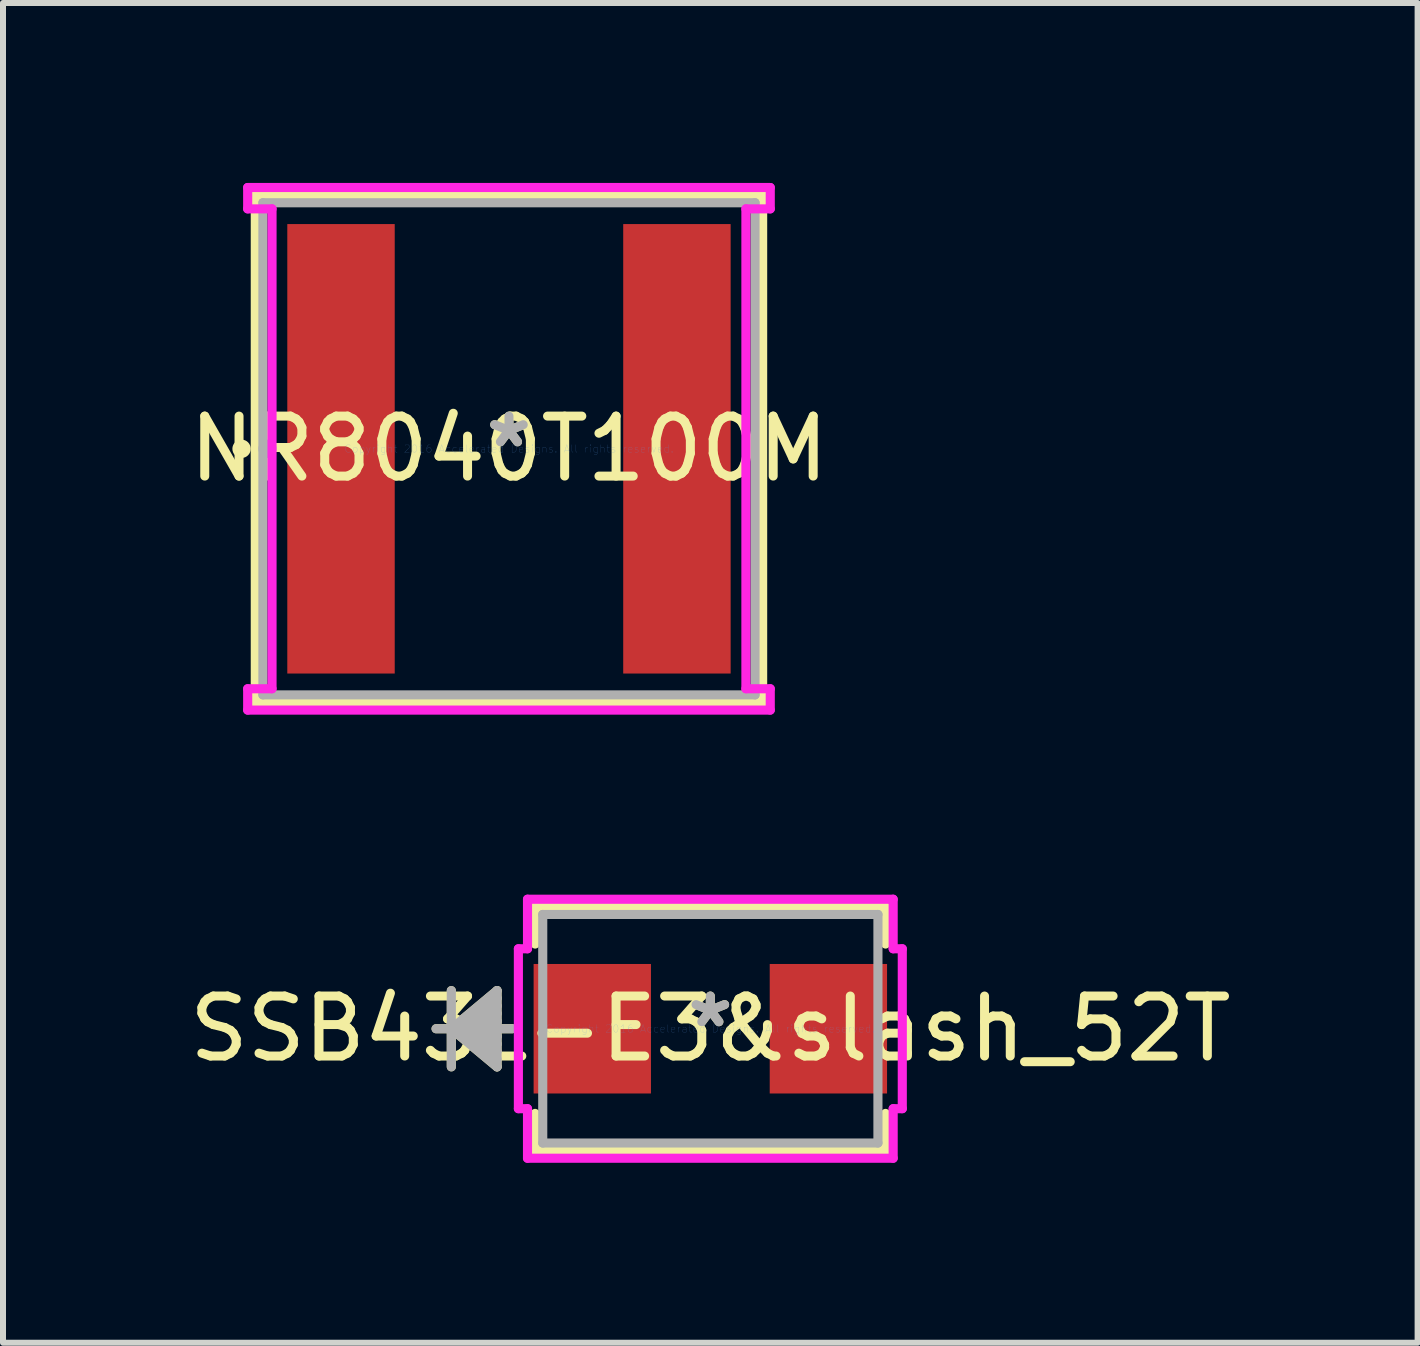
<source format=kicad_pcb>
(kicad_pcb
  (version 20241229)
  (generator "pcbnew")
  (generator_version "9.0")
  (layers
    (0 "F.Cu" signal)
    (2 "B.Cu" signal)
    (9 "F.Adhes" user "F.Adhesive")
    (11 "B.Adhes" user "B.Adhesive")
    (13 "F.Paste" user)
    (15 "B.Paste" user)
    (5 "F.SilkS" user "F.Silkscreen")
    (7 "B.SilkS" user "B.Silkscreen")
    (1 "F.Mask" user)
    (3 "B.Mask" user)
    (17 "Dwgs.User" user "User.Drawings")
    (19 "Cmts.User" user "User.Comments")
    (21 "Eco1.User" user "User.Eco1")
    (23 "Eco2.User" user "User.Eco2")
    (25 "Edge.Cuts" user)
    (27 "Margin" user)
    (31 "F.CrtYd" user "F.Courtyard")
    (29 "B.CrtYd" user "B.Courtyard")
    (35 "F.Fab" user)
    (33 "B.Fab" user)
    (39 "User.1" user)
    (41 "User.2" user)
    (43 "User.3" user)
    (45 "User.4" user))
  (footprint "NR8040T100M"
    (layer "F.Cu")
    (at 5.435 4.432)
    (property "Reference" "NR8040T100M" (at 0 0 0) (layer "F.SilkS") (effects (font (size 1 1) (thickness 0.15))))
    (attr through_hole)
    (fp_line (start -4.229 -4.229) (end -4.229 4.229) (stroke (width 0.152) (type solid)) (layer "F.SilkS"))
    (fp_line (start -4.229 4.229) (end 4.229 4.229) (stroke (width 0.152) (type solid)) (layer "F.SilkS"))
    (fp_line (start 4.229 -4.229) (end -4.229 -4.229) (stroke (width 0.152) (type solid)) (layer "F.SilkS"))
    (fp_line (start 4.229 4.229) (end 4.229 -4.229) (stroke (width 0.152) (type solid)) (layer "F.SilkS"))
    (fp_circle (center -4.458 0) (end -4.381 0) (stroke (width 0.152) (type solid)) (fill no) (layer "F.SilkS"))
    (fp_line (start -4.356 -4.356) (end 4.356 -4.356) (stroke (width 0.152) (type solid)) (layer "F.CrtYd"))
    (fp_line (start -4.356 -4) (end -4.356 -4.356) (stroke (width 0.152) (type solid)) (layer "F.CrtYd"))
    (fp_line (start -4.356 4) (end -3.95 4) (stroke (width 0.152) (type solid)) (layer "F.CrtYd"))
    (fp_line (start -4.356 4.356) (end -4.356 4) (stroke (width 0.152) (type solid)) (layer "F.CrtYd"))
    (fp_line (start -3.95 -4) (end -4.356 -4) (stroke (width 0.152) (type solid)) (layer "F.CrtYd"))
    (fp_line (start -3.95 4) (end -3.95 -4) (stroke (width 0.152) (type solid)) (layer "F.CrtYd"))
    (fp_line (start 3.95 -4) (end 3.95 4) (stroke (width 0.152) (type solid)) (layer "F.CrtYd"))
    (fp_line (start 3.95 4) (end 4.356 4) (stroke (width 0.152) (type solid)) (layer "F.CrtYd"))
    (fp_line (start 4.356 -4.356) (end 4.356 -4) (stroke (width 0.152) (type solid)) (layer "F.CrtYd"))
    (fp_line (start 4.356 -4) (end 3.95 -4) (stroke (width 0.152) (type solid)) (layer "F.CrtYd"))
    (fp_line (start 4.356 4) (end 4.356 4.356) (stroke (width 0.152) (type solid)) (layer "F.CrtYd"))
    (fp_line (start 4.356 4.356) (end -4.356 4.356) (stroke (width 0.152) (type solid)) (layer "F.CrtYd"))
    (fp_line (start -4.102 -4.102) (end -4.102 4.102) (stroke (width 0.152) (type solid)) (layer "F.Fab"))
    (fp_line (start -4.102 4.102) (end 4.102 4.102) (stroke (width 0.152) (type solid)) (layer "F.Fab"))
    (fp_line (start 4.102 -4.102) (end -4.102 -4.102) (stroke (width 0.152) (type solid)) (layer "F.Fab"))
    (fp_line (start 4.102 4.102) (end 4.102 -4.102) (stroke (width 0.152) (type solid)) (layer "F.Fab"))
    (fp_circle (center -4.026 0) (end -3.95 0) (stroke (width 0.152) (type solid)) (fill no) (layer "F.Fab"))
    (fp_text user "*" (at 0 0 0) (layer "F.SilkS") (effects (font (size 1 1) (thickness 0.15))))
    (fp_text user "Copyright 2016 Accelerated Designs. All rights reserved." (at 0 0 0) (layer "Cmts.User") (effects (font (size 0.127 0.127) (thickness 0.002))))
    (fp_text user "*" (at 0 0 0) (layer "F.Fab") (effects (font (size 1 1) (thickness 0.15))))
    (pad "1" smd rect (at -2.8 0) (size 1.791 7.493) (layers "F.Cu" "F.Mask" "F.Paste"))
    (pad "2" smd rect (at 2.8 0) (size 1.791 7.493) (layers "F.Cu" "F.Mask" "F.Paste")))
  (footprint "SSB43L-E3&slash_52T"
    (layer "F.Cu")
    (at 8.792 14.1)
    (property "Reference" "SSB43L-E3&slash_52T" (at 0 0 0) (layer "F.SilkS") (effects (font (size 1 1) (thickness 0.15))))
    (attr through_hole)
    (fp_line (start -4.318 -0.635) (end -4.318 0.635) (stroke (width 0.152) (type solid)) (layer "F.SilkS"))
    (fp_line (start -4.318 0) (end -3.556 -0.635) (stroke (width 0.152) (type solid)) (layer "F.SilkS"))
    (fp_line (start -4.318 0) (end -3.556 -0.508) (stroke (width 0.152) (type solid)) (layer "F.SilkS"))
    (fp_line (start -4.318 0) (end -3.556 -0.381) (stroke (width 0.152) (type solid)) (layer "F.SilkS"))
    (fp_line (start -4.318 0) (end -3.556 -0.254) (stroke (width 0.152) (type solid)) (layer "F.SilkS"))
    (fp_line (start -4.318 0) (end -3.556 -0.127) (stroke (width 0.152) (type solid)) (layer "F.SilkS"))
    (fp_line (start -4.318 0) (end -3.556 0.127) (stroke (width 0.152) (type solid)) (layer "F.SilkS"))
    (fp_line (start -4.318 0) (end -3.556 0.254) (stroke (width 0.152) (type solid)) (layer "F.SilkS"))
    (fp_line (start -4.318 0) (end -3.556 0.381) (stroke (width 0.152) (type solid)) (layer "F.SilkS"))
    (fp_line (start -4.318 0) (end -3.556 0.508) (stroke (width 0.152) (type solid)) (layer "F.SilkS"))
    (fp_line (start -4.318 0) (end -3.556 0.635) (stroke (width 0.152) (type solid)) (layer "F.SilkS"))
    (fp_line (start -3.556 -0.635) (end -3.556 0.635) (stroke (width 0.152) (type solid)) (layer "F.SilkS"))
    (fp_line (start -3.302 0) (end -4.572 0) (stroke (width 0.152) (type solid)) (layer "F.SilkS"))
    (fp_line (start -2.921 -2.032) (end -2.921 -1.412) (stroke (width 0.152) (type solid)) (layer "F.SilkS"))
    (fp_line (start -2.921 1.412) (end -2.921 2.032) (stroke (width 0.152) (type solid)) (layer "F.SilkS"))
    (fp_line (start -2.921 2.032) (end 2.921 2.032) (stroke (width 0.152) (type solid)) (layer "F.SilkS"))
    (fp_line (start 2.921 -2.032) (end -2.921 -2.032) (stroke (width 0.152) (type solid)) (layer "F.SilkS"))
    (fp_line (start 2.921 -1.412) (end 2.921 -2.032) (stroke (width 0.152) (type solid)) (layer "F.SilkS"))
    (fp_line (start 2.921 2.032) (end 2.921 1.412) (stroke (width 0.152) (type solid)) (layer "F.SilkS"))
    (fp_line (start -3.2 -1.333) (end -3.048 -1.333) (stroke (width 0.152) (type solid)) (layer "F.CrtYd"))
    (fp_line (start -3.2 1.333) (end -3.2 -1.333) (stroke (width 0.152) (type solid)) (layer "F.CrtYd"))
    (fp_line (start -3.048 -2.159) (end 3.048 -2.159) (stroke (width 0.152) (type solid)) (layer "F.CrtYd"))
    (fp_line (start -3.048 -1.333) (end -3.048 -2.159) (stroke (width 0.152) (type solid)) (layer "F.CrtYd"))
    (fp_line (start -3.048 1.333) (end -3.2 1.333) (stroke (width 0.152) (type solid)) (layer "F.CrtYd"))
    (fp_line (start -3.048 2.159) (end -3.048 1.333) (stroke (width 0.152) (type solid)) (layer "F.CrtYd"))
    (fp_line (start 3.048 -2.159) (end 3.048 -1.333) (stroke (width 0.152) (type solid)) (layer "F.CrtYd"))
    (fp_line (start 3.048 -1.333) (end 3.2 -1.333) (stroke (width 0.152) (type solid)) (layer "F.CrtYd"))
    (fp_line (start 3.048 1.333) (end 3.048 2.159) (stroke (width 0.152) (type solid)) (layer "F.CrtYd"))
    (fp_line (start 3.048 2.159) (end -3.048 2.159) (stroke (width 0.152) (type solid)) (layer "F.CrtYd"))
    (fp_line (start 3.2 -1.333) (end 3.2 1.333) (stroke (width 0.152) (type solid)) (layer "F.CrtYd"))
    (fp_line (start 3.2 1.333) (end 3.048 1.333) (stroke (width 0.152) (type solid)) (layer "F.CrtYd"))
    (fp_line (start -4.318 -0.635) (end -4.318 0.635) (stroke (width 0.152) (type solid)) (layer "F.Fab"))
    (fp_line (start -4.318 0) (end -3.556 -0.635) (stroke (width 0.152) (type solid)) (layer "F.Fab"))
    (fp_line (start -4.318 0) (end -3.556 -0.508) (stroke (width 0.152) (type solid)) (layer "F.Fab"))
    (fp_line (start -4.318 0) (end -3.556 -0.381) (stroke (width 0.152) (type solid)) (layer "F.Fab"))
    (fp_line (start -4.318 0) (end -3.556 -0.254) (stroke (width 0.152) (type solid)) (layer "F.Fab"))
    (fp_line (start -4.318 0) (end -3.556 -0.127) (stroke (width 0.152) (type solid)) (layer "F.Fab"))
    (fp_line (start -4.318 0) (end -3.556 0.127) (stroke (width 0.152) (type solid)) (layer "F.Fab"))
    (fp_line (start -4.318 0) (end -3.556 0.254) (stroke (width 0.152) (type solid)) (layer "F.Fab"))
    (fp_line (start -4.318 0) (end -3.556 0.381) (stroke (width 0.152) (type solid)) (layer "F.Fab"))
    (fp_line (start -4.318 0) (end -3.556 0.508) (stroke (width 0.152) (type solid)) (layer "F.Fab"))
    (fp_line (start -4.318 0) (end -3.556 0.635) (stroke (width 0.152) (type solid)) (layer "F.Fab"))
    (fp_line (start -3.556 -0.635) (end -3.556 0.635) (stroke (width 0.152) (type solid)) (layer "F.Fab"))
    (fp_line (start -3.302 0) (end -4.572 0) (stroke (width 0.152) (type solid)) (layer "F.Fab"))
    (fp_line (start -2.794 -1.905) (end -2.794 1.905) (stroke (width 0.152) (type solid)) (layer "F.Fab"))
    (fp_line (start -2.794 1.905) (end 2.794 1.905) (stroke (width 0.152) (type solid)) (layer "F.Fab"))
    (fp_line (start 2.794 -1.905) (end -2.794 -1.905) (stroke (width 0.152) (type solid)) (layer "F.Fab"))
    (fp_line (start 2.794 1.905) (end 2.794 -1.905) (stroke (width 0.152) (type solid)) (layer "F.Fab"))
    (fp_text user "*" (at 0 0 0) (layer "F.SilkS") (effects (font (size 1 1) (thickness 0.15))))
    (fp_text user "Copyright 2016 Accelerated Designs. All rights reserved." (at 0 0 0) (layer "Cmts.User") (effects (font (size 0.127 0.127) (thickness 0.002))))
    (fp_text user "*" (at 0 0 0) (layer "F.Fab") (effects (font (size 1 1) (thickness 0.15))))
    (pad "1" smd rect (at -1.968 0 90) (size 2.159 1.956) (layers "F.Cu" "F.Mask" "F.Paste"))
    (pad "2" smd rect (at 1.968 0 90) (size 2.159 1.956) (layers "F.Cu" "F.Mask" "F.Paste")))
  (gr_rect
    (start -3 -3)
    (end 20.583 19.335)
    (stroke (width 0.1) (type default))
    (fill no)
    (layer "Edge.Cuts")))
</source>
